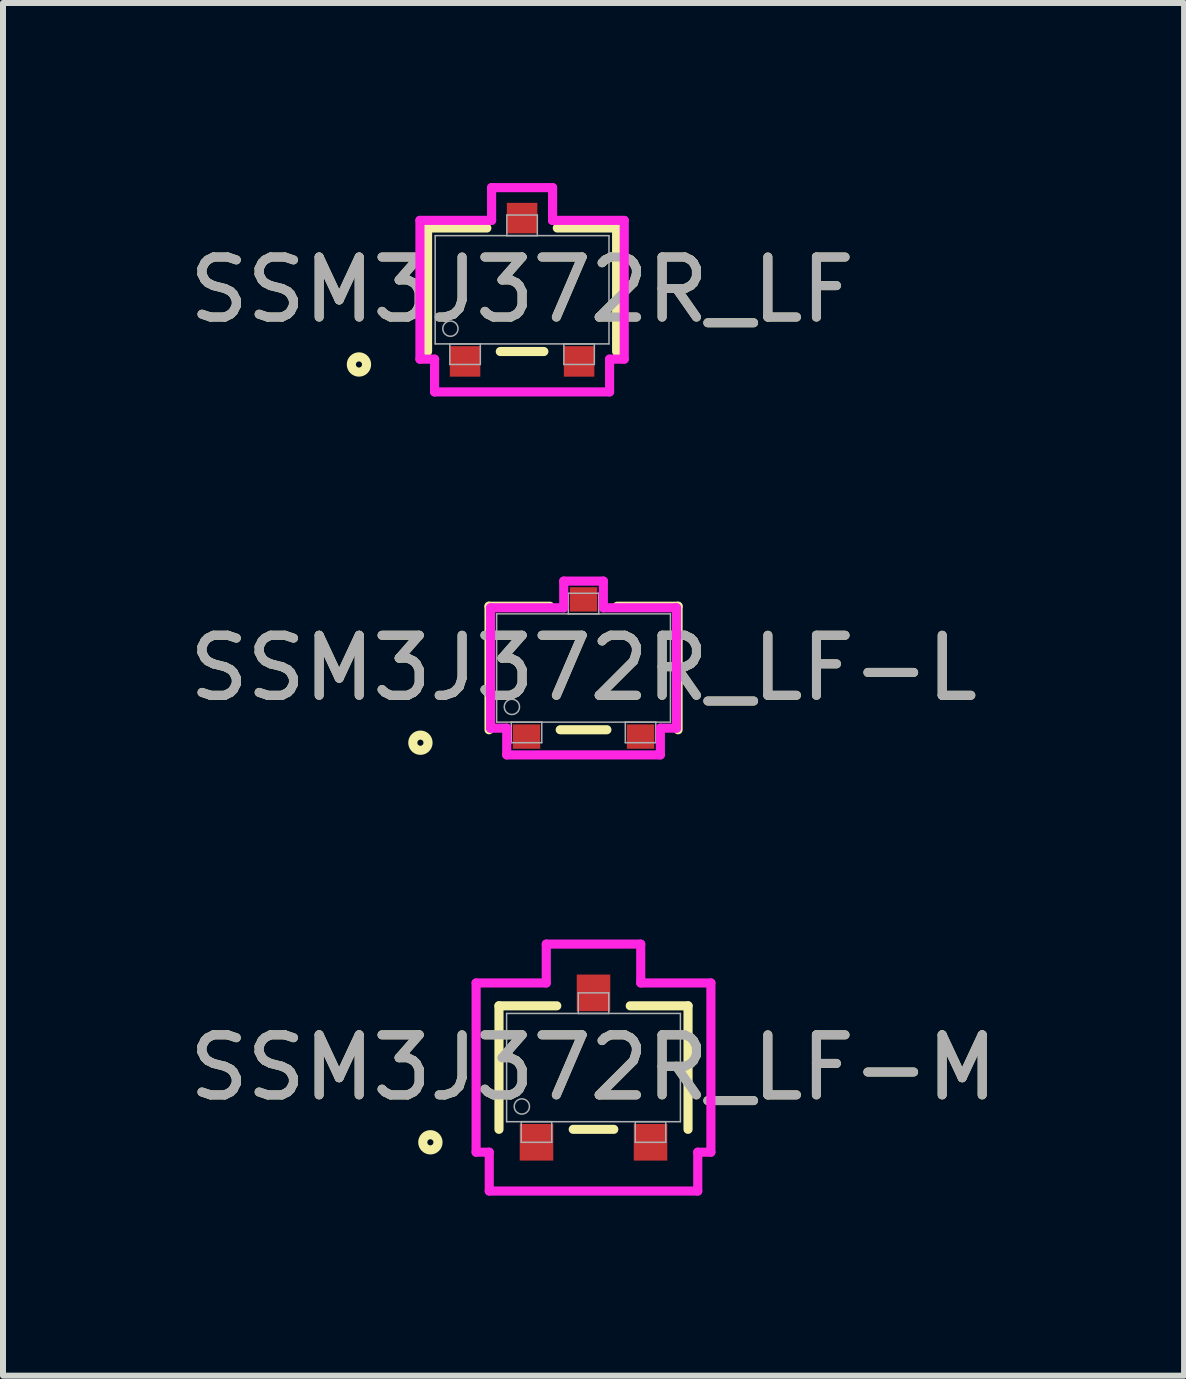
<source format=kicad_pcb>
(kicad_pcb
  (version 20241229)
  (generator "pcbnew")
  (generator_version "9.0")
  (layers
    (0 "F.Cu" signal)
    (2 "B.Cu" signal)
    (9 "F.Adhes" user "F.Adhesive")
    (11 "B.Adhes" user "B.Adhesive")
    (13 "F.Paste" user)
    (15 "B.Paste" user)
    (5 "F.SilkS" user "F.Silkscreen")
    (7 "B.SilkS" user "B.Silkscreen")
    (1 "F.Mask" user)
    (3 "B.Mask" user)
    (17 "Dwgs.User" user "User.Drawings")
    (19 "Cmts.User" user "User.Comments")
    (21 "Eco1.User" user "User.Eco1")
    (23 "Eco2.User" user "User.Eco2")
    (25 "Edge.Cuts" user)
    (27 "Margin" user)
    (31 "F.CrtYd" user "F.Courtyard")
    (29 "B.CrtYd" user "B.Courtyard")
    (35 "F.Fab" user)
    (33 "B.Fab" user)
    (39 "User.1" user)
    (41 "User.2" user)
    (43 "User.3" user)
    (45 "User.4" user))
  (footprint "SSM3J372R_LF-M"
    (layer "F.Cu")
    (at 6.839 14.738)
    (property "Reference" "SSM3J372R_LF-M" (at 0 0 0) (unlocked yes) (layer "F.SilkS") (effects (font (size 1 1) (thickness 0.15))))
    (attr smd)
    (fp_line (start -1.575 -1.029) (end -1.575 1.029) (stroke (width 0.152) (type solid)) (layer "F.SilkS"))
    (fp_line (start -0.612 -1.029) (end -1.575 -1.029) (stroke (width 0.152) (type solid)) (layer "F.SilkS"))
    (fp_line (start -0.338 1.029) (end 0.338 1.029) (stroke (width 0.152) (type solid)) (layer "F.SilkS"))
    (fp_line (start 1.575 -1.029) (end 0.612 -1.029) (stroke (width 0.152) (type solid)) (layer "F.SilkS"))
    (fp_line (start 1.575 1.029) (end 1.575 -1.029) (stroke (width 0.152) (type solid)) (layer "F.SilkS"))
    (fp_circle (center -2.718 1.245) (end -2.591 1.245) (stroke (width 0.152) (type solid)) (fill no) (layer "F.SilkS"))
    (fp_line (start -1.956 -1.41) (end -0.787 -1.41) (stroke (width 0.152) (type solid)) (layer "F.CrtYd"))
    (fp_line (start -1.956 1.41) (end -1.956 -1.41) (stroke (width 0.152) (type solid)) (layer "F.CrtYd"))
    (fp_line (start -1.956 1.41) (end -1.737 1.41) (stroke (width 0.152) (type solid)) (layer "F.CrtYd"))
    (fp_line (start -1.737 1.41) (end -1.737 2.057) (stroke (width 0.152) (type solid)) (layer "F.CrtYd"))
    (fp_line (start -1.737 2.057) (end 1.737 2.057) (stroke (width 0.152) (type solid)) (layer "F.CrtYd"))
    (fp_line (start -0.787 -2.057) (end 0.787 -2.057) (stroke (width 0.152) (type solid)) (layer "F.CrtYd"))
    (fp_line (start -0.787 -1.41) (end -0.787 -2.057) (stroke (width 0.152) (type solid)) (layer "F.CrtYd"))
    (fp_line (start 0.787 -1.41) (end 0.787 -2.057) (stroke (width 0.152) (type solid)) (layer "F.CrtYd"))
    (fp_line (start 1.737 1.41) (end 1.737 2.057) (stroke (width 0.152) (type solid)) (layer "F.CrtYd"))
    (fp_line (start 1.956 -1.41) (end 0.787 -1.41) (stroke (width 0.152) (type solid)) (layer "F.CrtYd"))
    (fp_line (start 1.956 -1.41) (end 1.956 1.41) (stroke (width 0.152) (type solid)) (layer "F.CrtYd"))
    (fp_line (start 1.956 1.41) (end 1.737 1.41) (stroke (width 0.152) (type solid)) (layer "F.CrtYd"))
    (fp_line (start -1.448 -0.902) (end -1.448 0.902) (stroke (width 0.025) (type solid)) (layer "F.Fab"))
    (fp_line (start -1.448 0.902) (end 1.448 0.902) (stroke (width 0.025) (type solid)) (layer "F.Fab"))
    (fp_line (start -1.204 0.902) (end -1.204 1.245) (stroke (width 0.025) (type solid)) (layer "F.Fab"))
    (fp_line (start -1.204 1.245) (end -0.696 1.245) (stroke (width 0.025) (type solid)) (layer "F.Fab"))
    (fp_line (start -0.696 0.902) (end -1.204 0.902) (stroke (width 0.025) (type solid)) (layer "F.Fab"))
    (fp_line (start -0.696 1.245) (end -0.696 0.902) (stroke (width 0.025) (type solid)) (layer "F.Fab"))
    (fp_line (start -0.254 -1.245) (end -0.254 -0.902) (stroke (width 0.025) (type solid)) (layer "F.Fab"))
    (fp_line (start -0.254 -0.902) (end 0.254 -0.902) (stroke (width 0.025) (type solid)) (layer "F.Fab"))
    (fp_line (start 0.254 -1.245) (end -0.254 -1.245) (stroke (width 0.025) (type solid)) (layer "F.Fab"))
    (fp_line (start 0.254 -0.902) (end 0.254 -1.245) (stroke (width 0.025) (type solid)) (layer "F.Fab"))
    (fp_line (start 0.696 0.902) (end 0.696 1.245) (stroke (width 0.025) (type solid)) (layer "F.Fab"))
    (fp_line (start 0.696 1.245) (end 1.204 1.245) (stroke (width 0.025) (type solid)) (layer "F.Fab"))
    (fp_line (start 1.204 0.902) (end 0.696 0.902) (stroke (width 0.025) (type solid)) (layer "F.Fab"))
    (fp_line (start 1.204 1.245) (end 1.204 0.902) (stroke (width 0.025) (type solid)) (layer "F.Fab"))
    (fp_line (start 1.448 -0.902) (end -1.448 -0.902) (stroke (width 0.025) (type solid)) (layer "F.Fab"))
    (fp_line (start 1.448 0.902) (end 1.448 -0.902) (stroke (width 0.025) (type solid)) (layer "F.Fab"))
    (fp_circle (center -1.194 0.648) (end -1.067 0.648) (stroke (width 0.025) (type solid)) (fill no) (layer "F.Fab"))
    (fp_text user "${REFERENCE}" (at 0 0 0) (unlocked yes) (layer "F.Fab") (effects (font (size 1 1) (thickness 0.15))))
    (pad "1" smd rect (at -0.95 1.245) (size 0.559 0.61) (layers "F.Cu" "F.Mask" "F.Paste"))
    (pad "2" smd rect (at 0.95 1.245) (size 0.559 0.61) (layers "F.Cu" "F.Mask" "F.Paste"))
    (pad "3" smd rect (at 0 -1.245) (size 0.559 0.61) (layers "F.Cu" "F.Mask" "F.Paste")))
  (footprint "SSM3J372R_LF"
    (layer "F.Cu")
    (at 5.649 1.778)
    (property "Reference" "SSM3J372R_LF" (at 0 0 0) (unlocked yes) (layer "F.SilkS") (effects (font (size 1 1) (thickness 0.15))))
    (attr smd)
    (fp_line (start -1.575 -1.029) (end -1.575 1.029) (stroke (width 0.152) (type solid)) (layer "F.SilkS"))
    (fp_line (start -0.587 -1.029) (end -1.575 -1.029) (stroke (width 0.152) (type solid)) (layer "F.SilkS"))
    (fp_line (start -0.363 1.029) (end 0.363 1.029) (stroke (width 0.152) (type solid)) (layer "F.SilkS"))
    (fp_line (start 1.575 -1.029) (end 0.587 -1.029) (stroke (width 0.152) (type solid)) (layer "F.SilkS"))
    (fp_line (start 1.575 1.029) (end 1.575 -1.029) (stroke (width 0.152) (type solid)) (layer "F.SilkS"))
    (fp_circle (center -2.718 1.245) (end -2.591 1.245) (stroke (width 0.152) (type solid)) (fill no) (layer "F.SilkS"))
    (fp_line (start -1.702 -1.156) (end -0.508 -1.156) (stroke (width 0.152) (type solid)) (layer "F.CrtYd"))
    (fp_line (start -1.702 1.156) (end -1.702 -1.156) (stroke (width 0.152) (type solid)) (layer "F.CrtYd"))
    (fp_line (start -1.702 1.156) (end -1.458 1.156) (stroke (width 0.152) (type solid)) (layer "F.CrtYd"))
    (fp_line (start -1.458 1.156) (end -1.458 1.702) (stroke (width 0.152) (type solid)) (layer "F.CrtYd"))
    (fp_line (start -1.458 1.702) (end 1.458 1.702) (stroke (width 0.152) (type solid)) (layer "F.CrtYd"))
    (fp_line (start -0.508 -1.702) (end 0.508 -1.702) (stroke (width 0.152) (type solid)) (layer "F.CrtYd"))
    (fp_line (start -0.508 -1.156) (end -0.508 -1.702) (stroke (width 0.152) (type solid)) (layer "F.CrtYd"))
    (fp_line (start 0.508 -1.156) (end 0.508 -1.702) (stroke (width 0.152) (type solid)) (layer "F.CrtYd"))
    (fp_line (start 1.458 1.156) (end 1.458 1.702) (stroke (width 0.152) (type solid)) (layer "F.CrtYd"))
    (fp_line (start 1.702 -1.156) (end 0.508 -1.156) (stroke (width 0.152) (type solid)) (layer "F.CrtYd"))
    (fp_line (start 1.702 -1.156) (end 1.702 1.156) (stroke (width 0.152) (type solid)) (layer "F.CrtYd"))
    (fp_line (start 1.702 1.156) (end 1.458 1.156) (stroke (width 0.152) (type solid)) (layer "F.CrtYd"))
    (fp_line (start -1.448 -0.902) (end -1.448 0.902) (stroke (width 0.025) (type solid)) (layer "F.Fab"))
    (fp_line (start -1.448 0.902) (end 1.448 0.902) (stroke (width 0.025) (type solid)) (layer "F.Fab"))
    (fp_line (start -1.204 0.902) (end -1.204 1.245) (stroke (width 0.025) (type solid)) (layer "F.Fab"))
    (fp_line (start -1.204 1.245) (end -0.696 1.245) (stroke (width 0.025) (type solid)) (layer "F.Fab"))
    (fp_line (start -0.696 0.902) (end -1.204 0.902) (stroke (width 0.025) (type solid)) (layer "F.Fab"))
    (fp_line (start -0.696 1.245) (end -0.696 0.902) (stroke (width 0.025) (type solid)) (layer "F.Fab"))
    (fp_line (start -0.254 -1.245) (end -0.254 -0.902) (stroke (width 0.025) (type solid)) (layer "F.Fab"))
    (fp_line (start -0.254 -0.902) (end 0.254 -0.902) (stroke (width 0.025) (type solid)) (layer "F.Fab"))
    (fp_line (start 0.254 -1.245) (end -0.254 -1.245) (stroke (width 0.025) (type solid)) (layer "F.Fab"))
    (fp_line (start 0.254 -0.902) (end 0.254 -1.245) (stroke (width 0.025) (type solid)) (layer "F.Fab"))
    (fp_line (start 0.696 0.902) (end 0.696 1.245) (stroke (width 0.025) (type solid)) (layer "F.Fab"))
    (fp_line (start 0.696 1.245) (end 1.204 1.245) (stroke (width 0.025) (type solid)) (layer "F.Fab"))
    (fp_line (start 1.204 0.902) (end 0.696 0.902) (stroke (width 0.025) (type solid)) (layer "F.Fab"))
    (fp_line (start 1.204 1.245) (end 1.204 0.902) (stroke (width 0.025) (type solid)) (layer "F.Fab"))
    (fp_line (start 1.448 -0.902) (end -1.448 -0.902) (stroke (width 0.025) (type solid)) (layer "F.Fab"))
    (fp_line (start 1.448 0.902) (end 1.448 -0.902) (stroke (width 0.025) (type solid)) (layer "F.Fab"))
    (fp_circle (center -1.194 0.648) (end -1.067 0.648) (stroke (width 0.025) (type solid)) (fill no) (layer "F.Fab"))
    (fp_text user "${REFERENCE}" (at 0 0 0) (unlocked yes) (layer "F.Fab") (effects (font (size 1 1) (thickness 0.15))))
    (pad "1" smd rect (at -0.95 1.194) (size 0.508 0.508) (layers "F.Cu" "F.Mask" "F.Paste"))
    (pad "2" smd rect (at 0.95 1.194) (size 0.508 0.508) (layers "F.Cu" "F.Mask" "F.Paste"))
    (pad "3" smd rect (at 0 -1.194) (size 0.508 0.508) (layers "F.Cu" "F.Mask" "F.Paste")))
  (footprint "SSM3J372R_LF-L"
    (layer "F.Cu")
    (at 6.673 8.08)
    (property "Reference" "SSM3J372R_LF-L" (at 0 0 0) (unlocked yes) (layer "F.SilkS") (effects (font (size 1 1) (thickness 0.15))))
    (attr smd)
    (fp_line (start -1.575 -1.029) (end -1.575 1.029) (stroke (width 0.152) (type solid)) (layer "F.SilkS"))
    (fp_line (start -0.561 -1.029) (end -1.575 -1.029) (stroke (width 0.152) (type solid)) (layer "F.SilkS"))
    (fp_line (start -0.389 1.029) (end 0.389 1.029) (stroke (width 0.152) (type solid)) (layer "F.SilkS"))
    (fp_line (start 1.575 -1.029) (end 0.561 -1.029) (stroke (width 0.152) (type solid)) (layer "F.SilkS"))
    (fp_line (start 1.575 1.029) (end 1.575 -1.029) (stroke (width 0.152) (type solid)) (layer "F.SilkS"))
    (fp_circle (center -2.718 1.245) (end -2.591 1.245) (stroke (width 0.152) (type solid)) (fill no) (layer "F.SilkS"))
    (fp_line (start -1.549 -1.003) (end -0.33 -1.003) (stroke (width 0.152) (type solid)) (layer "F.CrtYd"))
    (fp_line (start -1.549 1.003) (end -1.549 -1.003) (stroke (width 0.152) (type solid)) (layer "F.CrtYd"))
    (fp_line (start -1.549 1.003) (end -1.28 1.003) (stroke (width 0.152) (type solid)) (layer "F.CrtYd"))
    (fp_line (start -1.28 1.003) (end -1.28 1.448) (stroke (width 0.152) (type solid)) (layer "F.CrtYd"))
    (fp_line (start -1.28 1.448) (end 1.28 1.448) (stroke (width 0.152) (type solid)) (layer "F.CrtYd"))
    (fp_line (start -0.33 -1.448) (end 0.33 -1.448) (stroke (width 0.152) (type solid)) (layer "F.CrtYd"))
    (fp_line (start -0.33 -1.003) (end -0.33 -1.448) (stroke (width 0.152) (type solid)) (layer "F.CrtYd"))
    (fp_line (start 0.33 -1.003) (end 0.33 -1.448) (stroke (width 0.152) (type solid)) (layer "F.CrtYd"))
    (fp_line (start 1.28 1.003) (end 1.28 1.448) (stroke (width 0.152) (type solid)) (layer "F.CrtYd"))
    (fp_line (start 1.549 -1.003) (end 0.33 -1.003) (stroke (width 0.152) (type solid)) (layer "F.CrtYd"))
    (fp_line (start 1.549 -1.003) (end 1.549 1.003) (stroke (width 0.152) (type solid)) (layer "F.CrtYd"))
    (fp_line (start 1.549 1.003) (end 1.28 1.003) (stroke (width 0.152) (type solid)) (layer "F.CrtYd"))
    (fp_line (start -1.448 -0.902) (end -1.448 0.902) (stroke (width 0.025) (type solid)) (layer "F.Fab"))
    (fp_line (start -1.448 0.902) (end 1.448 0.902) (stroke (width 0.025) (type solid)) (layer "F.Fab"))
    (fp_line (start -1.204 0.902) (end -1.204 1.245) (stroke (width 0.025) (type solid)) (layer "F.Fab"))
    (fp_line (start -1.204 1.245) (end -0.696 1.245) (stroke (width 0.025) (type solid)) (layer "F.Fab"))
    (fp_line (start -0.696 0.902) (end -1.204 0.902) (stroke (width 0.025) (type solid)) (layer "F.Fab"))
    (fp_line (start -0.696 1.245) (end -0.696 0.902) (stroke (width 0.025) (type solid)) (layer "F.Fab"))
    (fp_line (start -0.254 -1.245) (end -0.254 -0.902) (stroke (width 0.025) (type solid)) (layer "F.Fab"))
    (fp_line (start -0.254 -0.902) (end 0.254 -0.902) (stroke (width 0.025) (type solid)) (layer "F.Fab"))
    (fp_line (start 0.254 -1.245) (end -0.254 -1.245) (stroke (width 0.025) (type solid)) (layer "F.Fab"))
    (fp_line (start 0.254 -0.902) (end 0.254 -1.245) (stroke (width 0.025) (type solid)) (layer "F.Fab"))
    (fp_line (start 0.696 0.902) (end 0.696 1.245) (stroke (width 0.025) (type solid)) (layer "F.Fab"))
    (fp_line (start 0.696 1.245) (end 1.204 1.245) (stroke (width 0.025) (type solid)) (layer "F.Fab"))
    (fp_line (start 1.204 0.902) (end 0.696 0.902) (stroke (width 0.025) (type solid)) (layer "F.Fab"))
    (fp_line (start 1.204 1.245) (end 1.204 0.902) (stroke (width 0.025) (type solid)) (layer "F.Fab"))
    (fp_line (start 1.448 -0.902) (end -1.448 -0.902) (stroke (width 0.025) (type solid)) (layer "F.Fab"))
    (fp_line (start 1.448 0.902) (end 1.448 -0.902) (stroke (width 0.025) (type solid)) (layer "F.Fab"))
    (fp_circle (center -1.194 0.648) (end -1.067 0.648) (stroke (width 0.025) (type solid)) (fill no) (layer "F.Fab"))
    (fp_text user "${REFERENCE}" (at 0 0 0) (unlocked yes) (layer "F.Fab") (effects (font (size 1 1) (thickness 0.15))))
    (pad "1" smd rect (at -0.95 1.143) (size 0.457 0.406) (layers "F.Cu" "F.Mask" "F.Paste"))
    (pad "2" smd rect (at 0.95 1.143) (size 0.457 0.406) (layers "F.Cu" "F.Mask" "F.Paste"))
    (pad "3" smd rect (at 0 -1.143) (size 0.457 0.406) (layers "F.Cu" "F.Mask" "F.Paste")))
  (gr_rect
    (start -3 -3)
    (end 16.679 19.871)
    (stroke (width 0.1) (type default))
    (fill no)
    (layer "Edge.Cuts")))
</source>
